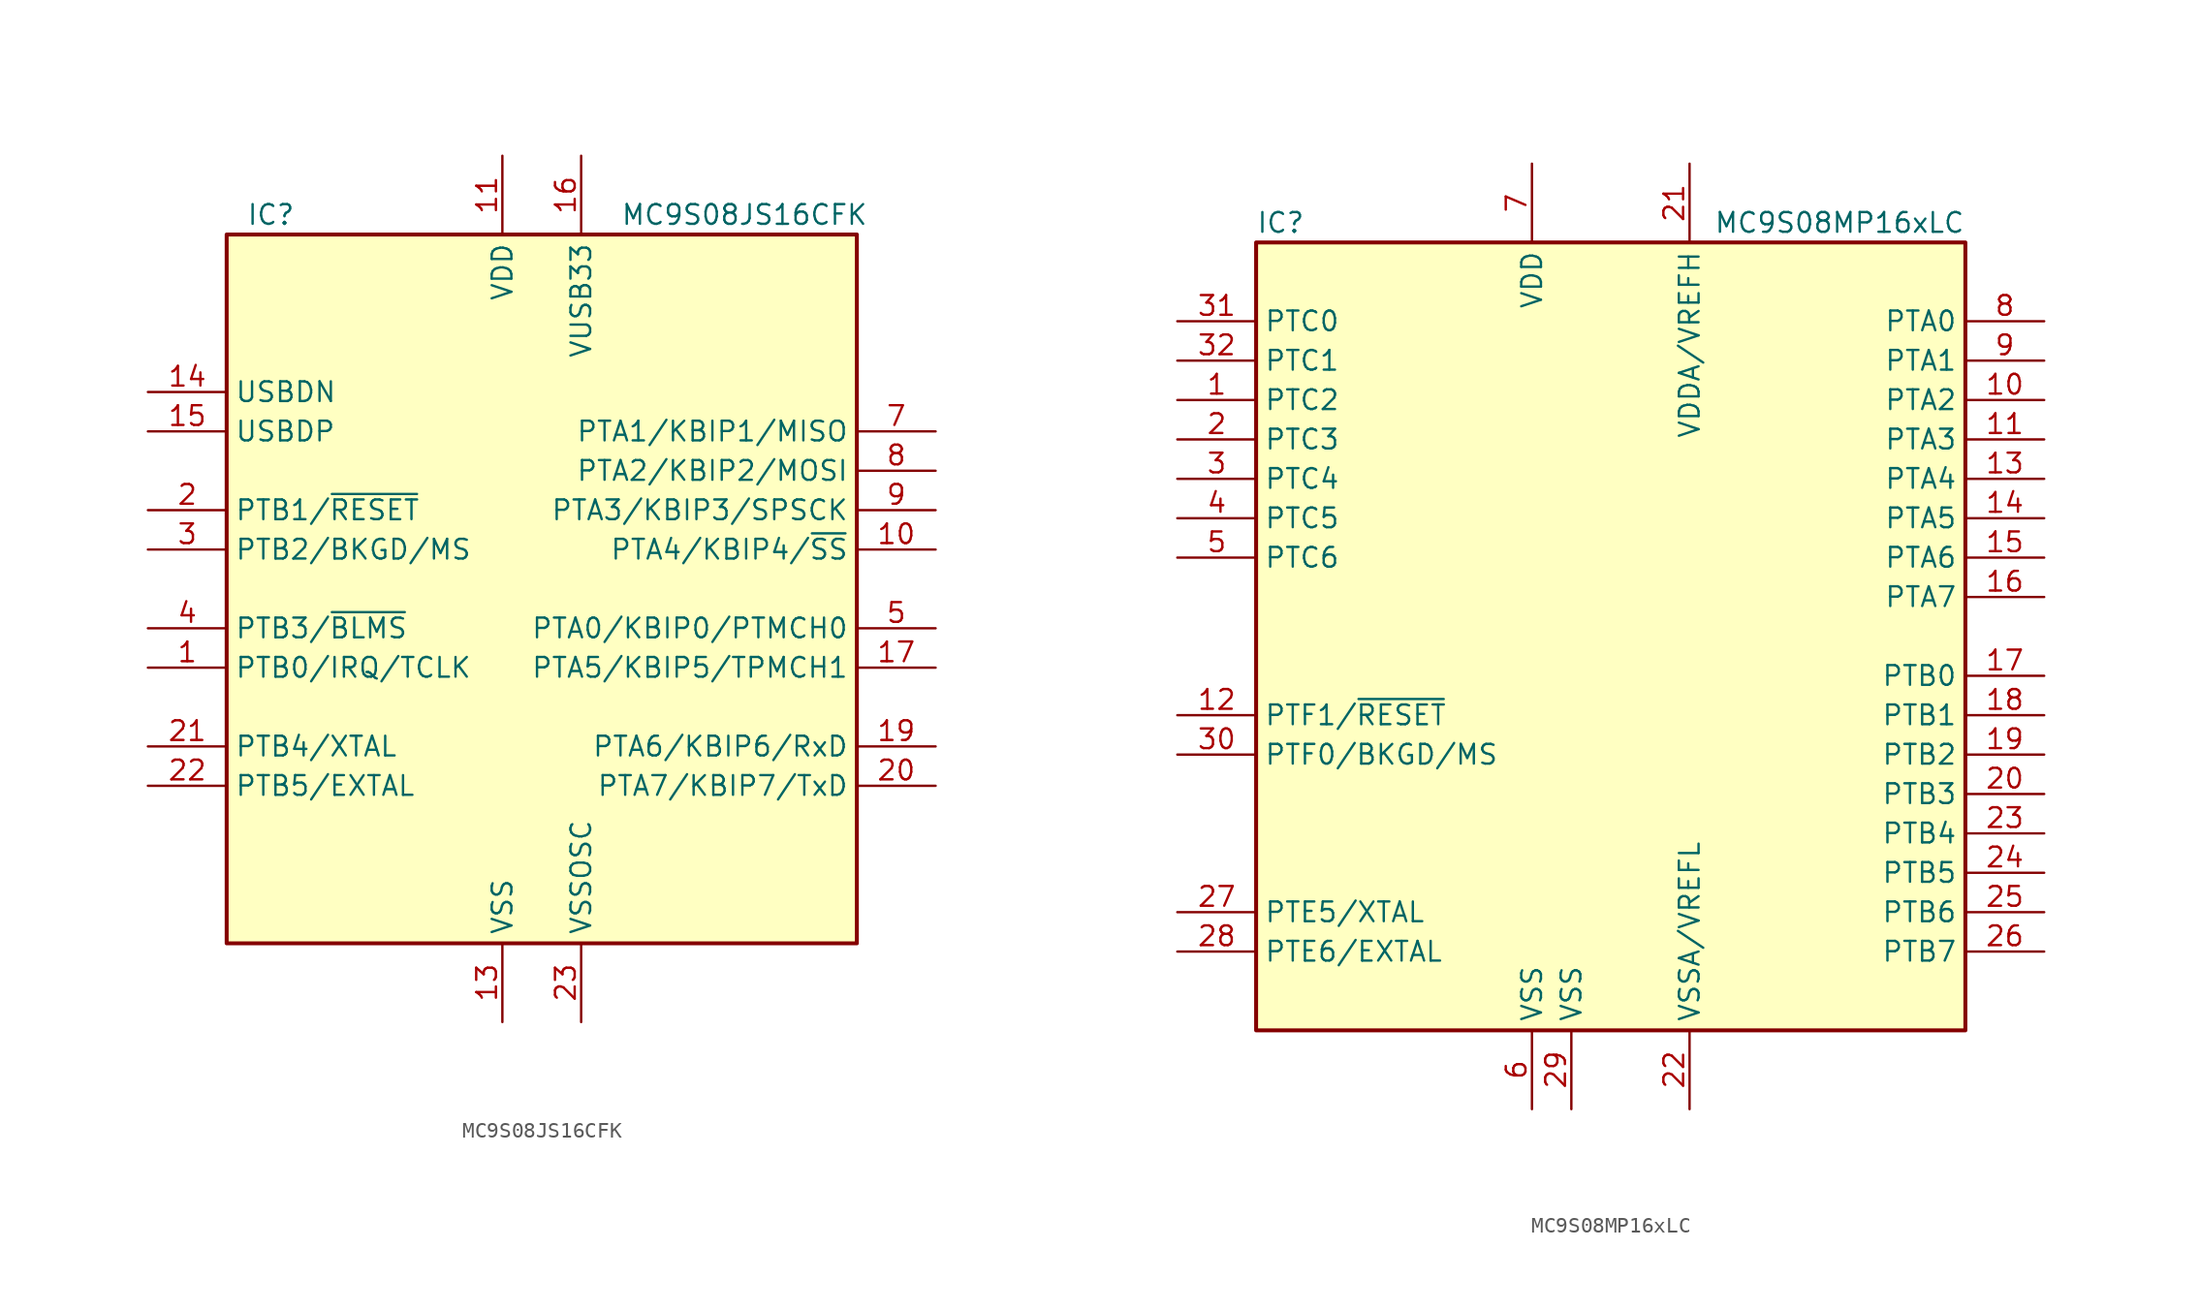
<source format=kicad_sym>
(kicad_symbol_lib
  (version 20220914)
  (generator kicad_symbol_editor)
  (symbol "MC9S08JS16CFK"
    (property "Reference" "IC"
      (at -19.05 24.13 0)
      (effects (font (size 1.27 1.27)) (justify left)))
    (property "Value" "MC9S08JS16CFK"
      (at 5.08 24.13 0)
      (effects (font (size 1.27 1.27)) (justify left)))
    (symbol "MC9S08JS16CFK_0_1"
      (rectangle (start -20.32 22.86) (end 20.32 -22.86) (stroke (width 0.254) (type default)) (fill (type background))))
    (symbol "MC9S08JS16CFK_1_1"
      (pin bidirectional line (at -25.4 -5.08 0) (length 5.08) (name "PTB0/IRQ/TCLK" (effects (font (size 1.27 1.27)))) (number "1" (effects (font (size 1.27 1.27)))))
      (pin bidirectional line (at 25.4 2.54 180) (length 5.08) (name "PTA4/KBIP4/~{SS}" (effects (font (size 1.27 1.27)))) (number "10" (effects (font (size 1.27 1.27)))))
      (pin power_in line (at -2.54 27.94 270) (length 5.08) (name "VDD" (effects (font (size 1.27 1.27)))) (number "11" (effects (font (size 1.27 1.27)))))
      (pin power_in line (at -2.54 -27.94 90) (length 5.08) (name "VSS" (effects (font (size 1.27 1.27)))) (number "13" (effects (font (size 1.27 1.27)))))
      (pin bidirectional line (at -25.4 12.7 0) (length 5.08) (name "USBDN" (effects (font (size 1.27 1.27)))) (number "14" (effects (font (size 1.27 1.27)))))
      (pin bidirectional line (at -25.4 10.16 0) (length 5.08) (name "USBDP" (effects (font (size 1.27 1.27)))) (number "15" (effects (font (size 1.27 1.27)))))
      (pin power_out line (at 2.54 27.94 270) (length 5.08) (name "VUSB33" (effects (font (size 1.27 1.27)))) (number "16" (effects (font (size 1.27 1.27)))))
      (pin bidirectional line (at 25.4 -5.08 180) (length 5.08) (name "PTA5/KBIP5/TPMCH1" (effects (font (size 1.27 1.27)))) (number "17" (effects (font (size 1.27 1.27)))))
      (pin bidirectional line (at 25.4 -10.16 180) (length 5.08) (name "PTA6/KBIP6/RxD" (effects (font (size 1.27 1.27)))) (number "19" (effects (font (size 1.27 1.27)))))
      (pin bidirectional line (at -25.4 5.08 0) (length 5.08) (name "PTB1/~{RESET}" (effects (font (size 1.27 1.27)))) (number "2" (effects (font (size 1.27 1.27)))))
      (pin bidirectional line (at 25.4 -12.7 180) (length 5.08) (name "PTA7/KBIP7/TxD" (effects (font (size 1.27 1.27)))) (number "20" (effects (font (size 1.27 1.27)))))
      (pin bidirectional line (at -25.4 -10.16 0) (length 5.08) (name "PTB4/XTAL" (effects (font (size 1.27 1.27)))) (number "21" (effects (font (size 1.27 1.27)))))
      (pin bidirectional line (at -25.4 -12.7 0) (length 5.08) (name "PTB5/EXTAL" (effects (font (size 1.27 1.27)))) (number "22" (effects (font (size 1.27 1.27)))))
      (pin power_in line (at 2.54 -27.94 90) (length 5.08) (name "VSSOSC" (effects (font (size 1.27 1.27)))) (number "23" (effects (font (size 1.27 1.27)))))
      (pin bidirectional line (at -25.4 2.54 0) (length 5.08) (name "PTB2/BKGD/MS" (effects (font (size 1.27 1.27)))) (number "3" (effects (font (size 1.27 1.27)))))
      (pin bidirectional line (at -25.4 -2.54 0) (length 5.08) (name "PTB3/~{BLMS}" (effects (font (size 1.27 1.27)))) (number "4" (effects (font (size 1.27 1.27)))))
      (pin bidirectional line (at 25.4 -2.54 180) (length 5.08) (name "PTA0/KBIP0/PTMCH0" (effects (font (size 1.27 1.27)))) (number "5" (effects (font (size 1.27 1.27)))))
      (pin bidirectional line (at 25.4 10.16 180) (length 5.08) (name "PTA1/KBIP1/MISO" (effects (font (size 1.27 1.27)))) (number "7" (effects (font (size 1.27 1.27)))))
      (pin bidirectional line (at 25.4 7.62 180) (length 5.08) (name "PTA2/KBIP2/MOSI" (effects (font (size 1.27 1.27)))) (number "8" (effects (font (size 1.27 1.27)))))
      (pin bidirectional line (at 25.4 5.08 180) (length 5.08) (name "PTA3/KBIP3/SPSCK" (effects (font (size 1.27 1.27)))) (number "9" (effects (font (size 1.27 1.27)))))))
  (symbol "MC9S08MP16xLC"
    (property "Reference" "IC"
      (at -22.86 26.67 0)
      (effects (font (size 1.27 1.27)) (justify left)))
    (property "Value" "MC9S08MP16xLC"
      (at 22.86 26.67 0)
      (effects (font (size 1.27 1.27)) (justify right)))
    (symbol "MC9S08MP16xLC_0_1"
      (rectangle (start -22.86 25.4) (end 22.86 -25.4) (stroke (width 0.254) (type default)) (fill (type background))))
    (symbol "MC9S08MP16xLC_1_1"
      (pin bidirectional line (at -27.94 15.24 0) (length 5.08) (name "PTC2" (effects (font (size 1.27 1.27)))) (number "1" (effects (font (size 1.27 1.27)))))
      (pin bidirectional line (at 27.94 15.24 180) (length 5.08) (name "PTA2" (effects (font (size 1.27 1.27)))) (number "10" (effects (font (size 1.27 1.27)))))
      (pin bidirectional line (at 27.94 12.7 180) (length 5.08) (name "PTA3" (effects (font (size 1.27 1.27)))) (number "11" (effects (font (size 1.27 1.27)))))
      (pin bidirectional line (at -27.94 -5.08 0) (length 5.08) (name "PTF1/~{RESET}" (effects (font (size 1.27 1.27)))) (number "12" (effects (font (size 1.27 1.27)))))
      (pin bidirectional line (at 27.94 10.16 180) (length 5.08) (name "PTA4" (effects (font (size 1.27 1.27)))) (number "13" (effects (font (size 1.27 1.27)))))
      (pin bidirectional line (at 27.94 7.62 180) (length 5.08) (name "PTA5" (effects (font (size 1.27 1.27)))) (number "14" (effects (font (size 1.27 1.27)))))
      (pin bidirectional line (at 27.94 5.08 180) (length 5.08) (name "PTA6" (effects (font (size 1.27 1.27)))) (number "15" (effects (font (size 1.27 1.27)))))
      (pin bidirectional line (at 27.94 2.54 180) (length 5.08) (name "PTA7" (effects (font (size 1.27 1.27)))) (number "16" (effects (font (size 1.27 1.27)))))
      (pin bidirectional line (at 27.94 -2.54 180) (length 5.08) (name "PTB0" (effects (font (size 1.27 1.27)))) (number "17" (effects (font (size 1.27 1.27)))))
      (pin bidirectional line (at 27.94 -5.08 180) (length 5.08) (name "PTB1" (effects (font (size 1.27 1.27)))) (number "18" (effects (font (size 1.27 1.27)))))
      (pin bidirectional line (at 27.94 -7.62 180) (length 5.08) (name "PTB2" (effects (font (size 1.27 1.27)))) (number "19" (effects (font (size 1.27 1.27)))))
      (pin bidirectional line (at -27.94 12.7 0) (length 5.08) (name "PTC3" (effects (font (size 1.27 1.27)))) (number "2" (effects (font (size 1.27 1.27)))))
      (pin bidirectional line (at 27.94 -10.16 180) (length 5.08) (name "PTB3" (effects (font (size 1.27 1.27)))) (number "20" (effects (font (size 1.27 1.27)))))
      (pin power_in line (at 5.08 30.48 270) (length 5.08) (name "VDDA/VREFH" (effects (font (size 1.27 1.27)))) (number "21" (effects (font (size 1.27 1.27)))))
      (pin power_in line (at 5.08 -30.48 90) (length 5.08) (name "VSSA/VREFL" (effects (font (size 1.27 1.27)))) (number "22" (effects (font (size 1.27 1.27)))))
      (pin bidirectional line (at 27.94 -12.7 180) (length 5.08) (name "PTB4" (effects (font (size 1.27 1.27)))) (number "23" (effects (font (size 1.27 1.27)))))
      (pin bidirectional line (at 27.94 -15.24 180) (length 5.08) (name "PTB5" (effects (font (size 1.27 1.27)))) (number "24" (effects (font (size 1.27 1.27)))))
      (pin bidirectional line (at 27.94 -17.78 180) (length 5.08) (name "PTB6" (effects (font (size 1.27 1.27)))) (number "25" (effects (font (size 1.27 1.27)))))
      (pin bidirectional line (at 27.94 -20.32 180) (length 5.08) (name "PTB7" (effects (font (size 1.27 1.27)))) (number "26" (effects (font (size 1.27 1.27)))))
      (pin bidirectional line (at -27.94 -17.78 0) (length 5.08) (name "PTE5/XTAL" (effects (font (size 1.27 1.27)))) (number "27" (effects (font (size 1.27 1.27)))))
      (pin bidirectional line (at -27.94 -20.32 0) (length 5.08) (name "PTE6/EXTAL" (effects (font (size 1.27 1.27)))) (number "28" (effects (font (size 1.27 1.27)))))
      (pin power_in line (at -2.54 -30.48 90) (length 5.08) (name "VSS" (effects (font (size 1.27 1.27)))) (number "29" (effects (font (size 1.27 1.27)))))
      (pin bidirectional line (at -27.94 10.16 0) (length 5.08) (name "PTC4" (effects (font (size 1.27 1.27)))) (number "3" (effects (font (size 1.27 1.27)))))
      (pin bidirectional line (at -27.94 -7.62 0) (length 5.08) (name "PTF0/BKGD/MS" (effects (font (size 1.27 1.27)))) (number "30" (effects (font (size 1.27 1.27)))))
      (pin bidirectional line (at -27.94 20.32 0) (length 5.08) (name "PTC0" (effects (font (size 1.27 1.27)))) (number "31" (effects (font (size 1.27 1.27)))))
      (pin bidirectional line (at -27.94 17.78 0) (length 5.08) (name "PTC1" (effects (font (size 1.27 1.27)))) (number "32" (effects (font (size 1.27 1.27)))))
      (pin bidirectional line (at -27.94 7.62 0) (length 5.08) (name "PTC5" (effects (font (size 1.27 1.27)))) (number "4" (effects (font (size 1.27 1.27)))))
      (pin bidirectional line (at -27.94 5.08 0) (length 5.08) (name "PTC6" (effects (font (size 1.27 1.27)))) (number "5" (effects (font (size 1.27 1.27)))))
      (pin power_in line (at -5.08 -30.48 90) (length 5.08) (name "VSS" (effects (font (size 1.27 1.27)))) (number "6" (effects (font (size 1.27 1.27)))))
      (pin power_in line (at -5.08 30.48 270) (length 5.08) (name "VDD" (effects (font (size 1.27 1.27)))) (number "7" (effects (font (size 1.27 1.27)))))
      (pin bidirectional line (at 27.94 20.32 180) (length 5.08) (name "PTA0" (effects (font (size 1.27 1.27)))) (number "8" (effects (font (size 1.27 1.27)))))
      (pin bidirectional line (at 27.94 17.78 180) (length 5.08) (name "PTA1" (effects (font (size 1.27 1.27)))) (number "9" (effects (font (size 1.27 1.27))))))))
</source>
